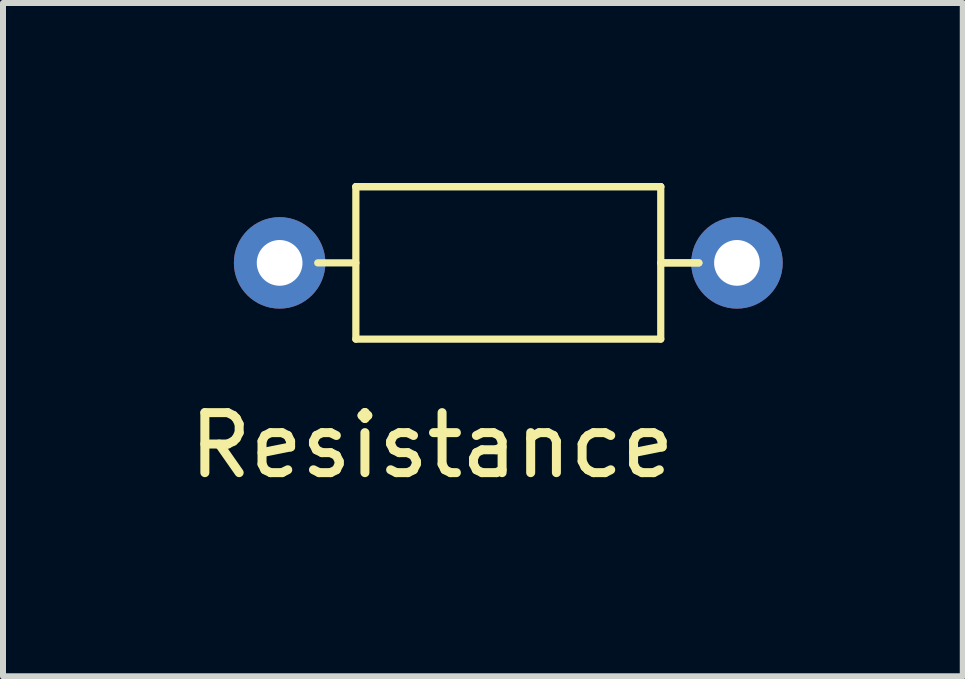
<source format=kicad_pcb>
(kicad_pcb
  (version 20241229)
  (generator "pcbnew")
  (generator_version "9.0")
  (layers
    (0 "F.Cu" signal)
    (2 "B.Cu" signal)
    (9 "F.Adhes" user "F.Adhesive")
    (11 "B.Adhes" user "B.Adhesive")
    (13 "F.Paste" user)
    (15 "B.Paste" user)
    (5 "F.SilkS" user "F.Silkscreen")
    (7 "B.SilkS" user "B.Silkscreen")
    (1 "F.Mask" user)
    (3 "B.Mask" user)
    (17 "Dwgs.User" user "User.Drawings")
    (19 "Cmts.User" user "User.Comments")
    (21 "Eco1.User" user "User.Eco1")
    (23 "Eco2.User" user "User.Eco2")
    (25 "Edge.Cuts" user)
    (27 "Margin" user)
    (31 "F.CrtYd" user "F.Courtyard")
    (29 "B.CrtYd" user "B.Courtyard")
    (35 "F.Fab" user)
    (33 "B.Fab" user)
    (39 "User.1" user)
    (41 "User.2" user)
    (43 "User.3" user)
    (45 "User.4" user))
  (footprint "Resistance"
    (layer "F.Cu")
    (at 4.149 3.87)
    (property "Reference" "Resistance" (at 0 0.5 0) (layer "F.SilkS") (effects (font (size 1 1) (thickness 0.15))))
    (attr through_hole)
    (fp_line (start -1.905 -2.54) (end -1.27 -2.54) (stroke (width 0.12) (type solid)) (layer "F.SilkS"))
    (fp_line (start -1.27 -3.81) (end -1.27 -1.27) (stroke (width 0.12) (type solid)) (layer "F.SilkS"))
    (fp_line (start -1.27 -3.81) (end 3.81 -3.81) (stroke (width 0.12) (type solid)) (layer "F.SilkS"))
    (fp_line (start -1.27 -1.27) (end 3.81 -1.27) (stroke (width 0.12) (type solid)) (layer "F.SilkS"))
    (fp_line (start 3.81 -3.81) (end -1.27 -3.81) (stroke (width 0.12) (type solid)) (layer "F.SilkS"))
    (fp_line (start 3.81 -2.54) (end 4.445 -2.54) (stroke (width 0.12) (type solid)) (layer "F.SilkS"))
    (fp_line (start 3.81 -1.27) (end 3.81 -3.81) (stroke (width 0.12) (type solid)) (layer "F.SilkS"))
    (fp_line (start 4.445 -2.54) (end 3.81 -2.54) (stroke (width 0.12) (type solid)) (layer "F.SilkS"))
    (pad "1" thru_hole circle (at -2.54 -2.54) (size 1.524 1.524) (drill 0.762) (layers "*.Cu" "*.Mask"))
    (pad "2" thru_hole circle (at 5.08 -2.54) (size 1.524 1.524) (drill 0.762) (layers "*.Cu" "*.Mask")))
  (gr_rect
    (start -3 -3)
    (end 12.991 8.218)
    (stroke (width 0.1) (type default))
    (fill no)
    (layer "Edge.Cuts")))
</source>
